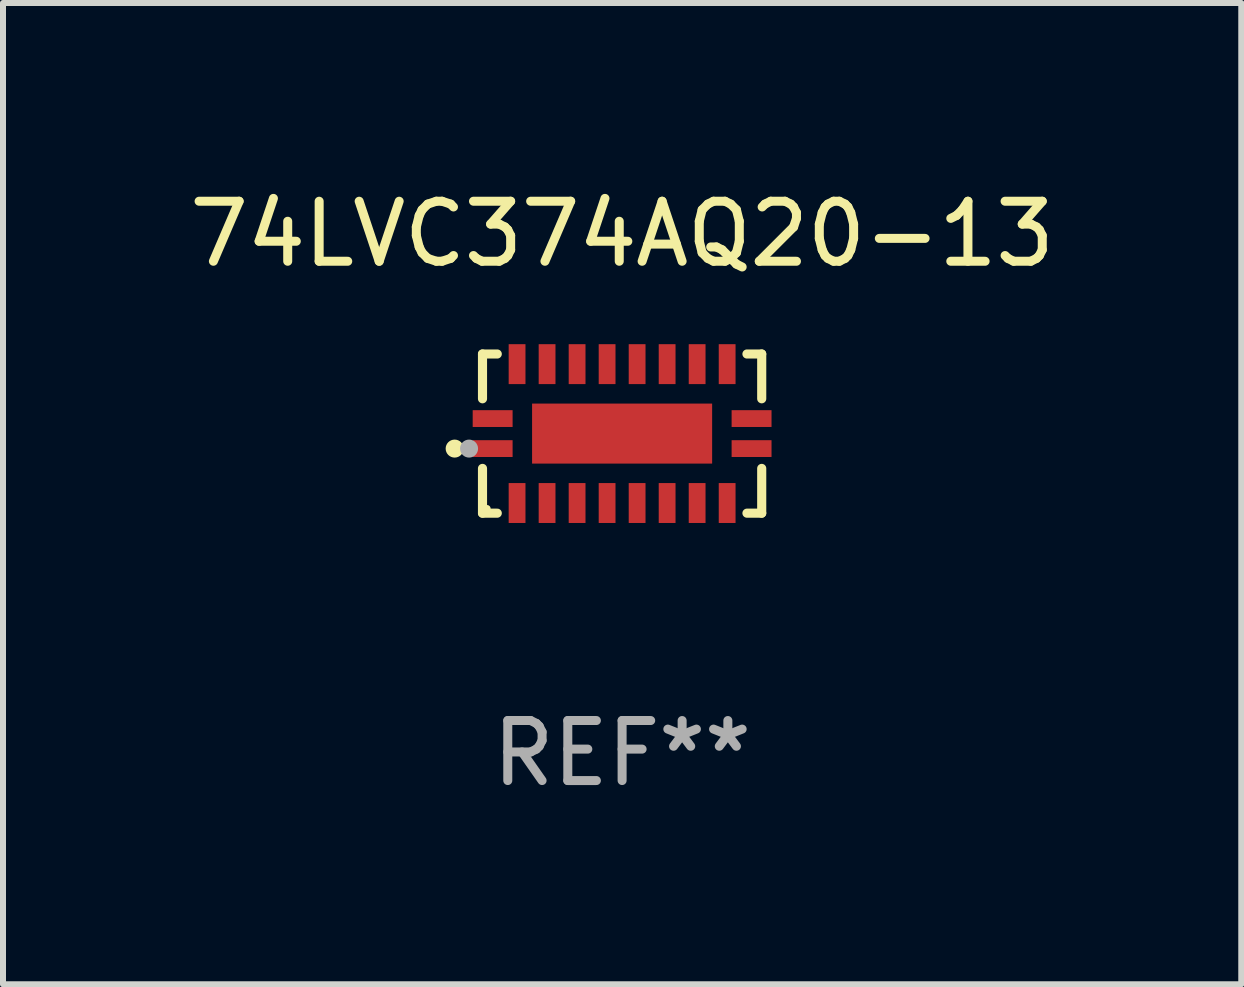
<source format=kicad_pcb>
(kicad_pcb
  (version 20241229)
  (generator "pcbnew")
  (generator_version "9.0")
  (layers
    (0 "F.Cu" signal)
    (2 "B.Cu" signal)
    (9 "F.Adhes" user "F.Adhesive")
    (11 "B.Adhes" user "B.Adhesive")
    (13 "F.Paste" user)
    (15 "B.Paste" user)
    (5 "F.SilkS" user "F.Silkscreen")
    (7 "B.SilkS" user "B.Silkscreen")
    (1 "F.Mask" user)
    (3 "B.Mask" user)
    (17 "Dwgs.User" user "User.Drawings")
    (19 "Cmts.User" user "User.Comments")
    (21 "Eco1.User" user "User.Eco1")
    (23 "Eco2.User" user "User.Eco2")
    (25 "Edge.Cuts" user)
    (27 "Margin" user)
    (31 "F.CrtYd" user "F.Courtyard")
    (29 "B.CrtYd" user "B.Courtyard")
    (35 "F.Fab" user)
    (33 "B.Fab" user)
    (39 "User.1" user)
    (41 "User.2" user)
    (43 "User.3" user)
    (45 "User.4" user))
  (footprint "74LVC374AQ20-13"
    (layer "F.Cu")
    (at 7.315 4.174)
    (property "Reference" "74LVC374AQ20-13" (at 0 -3.326 0) (layer "F.SilkS") (effects (font (size 1 1) (thickness 0.15))))
    (attr through_hole)
    (fp_line (start -2.326 -1.326) (end -2.08 -1.326) (stroke (width 0.152) (type solid)) (layer "F.SilkS"))
    (fp_line (start -2.326 -0.58) (end -2.326 -1.326) (stroke (width 0.152) (type solid)) (layer "F.SilkS"))
    (fp_line (start -2.326 0.58) (end -2.326 1.326) (stroke (width 0.152) (type solid)) (layer "F.SilkS"))
    (fp_line (start -2.326 1.326) (end -2.08 1.326) (stroke (width 0.152) (type solid)) (layer "F.SilkS"))
    (fp_line (start 2.326 -1.326) (end 2.08 -1.326) (stroke (width 0.152) (type solid)) (layer "F.SilkS"))
    (fp_line (start 2.326 -0.58) (end 2.326 -1.326) (stroke (width 0.152) (type solid)) (layer "F.SilkS"))
    (fp_line (start 2.326 0.58) (end 2.326 1.326) (stroke (width 0.152) (type solid)) (layer "F.SilkS"))
    (fp_line (start 2.326 1.326) (end 2.08 1.326) (stroke (width 0.152) (type solid)) (layer "F.SilkS"))
    (fp_circle (center -2.79 0.25) (end -2.715 0.25) (stroke (width 0.15) (type solid)) (fill no) (layer "F.SilkS"))
    (fp_circle (center -2.25 1.25) (end -2.22 1.25) (stroke (width 0.06) (type solid)) (fill no) (layer "F.SilkS"))
    (fp_circle (center -2.55 0.25) (end -2.475 0.25) (stroke (width 0.15) (type solid)) (fill no) (layer "F.Fab"))
    (fp_text user "REF**" (at 0 5.326 0) (layer "F.Fab") (effects (font (size 1 1) (thickness 0.15))))
    (pad "1" smd rect (at -2.157 0.25) (size 0.665 0.28) (layers "F.Cu" "F.Mask" "F.Paste"))
    (pad "2" smd rect (at -1.75 1.157) (size 0.28 0.665) (layers "F.Cu" "F.Mask" "F.Paste"))
    (pad "3" smd rect (at -1.25 1.157) (size 0.28 0.665) (layers "F.Cu" "F.Mask" "F.Paste"))
    (pad "4" smd rect (at -0.75 1.157) (size 0.28 0.665) (layers "F.Cu" "F.Mask" "F.Paste"))
    (pad "5" smd rect (at -0.25 1.157) (size 0.28 0.665) (layers "F.Cu" "F.Mask" "F.Paste"))
    (pad "6" smd rect (at 0.25 1.157) (size 0.28 0.665) (layers "F.Cu" "F.Mask" "F.Paste"))
    (pad "7" smd rect (at 0.75 1.157) (size 0.28 0.665) (layers "F.Cu" "F.Mask" "F.Paste"))
    (pad "8" smd rect (at 1.25 1.157) (size 0.28 0.665) (layers "F.Cu" "F.Mask" "F.Paste"))
    (pad "9" smd rect (at 1.75 1.157) (size 0.28 0.665) (layers "F.Cu" "F.Mask" "F.Paste"))
    (pad "10" smd rect (at 2.157 0.25) (size 0.665 0.28) (layers "F.Cu" "F.Mask" "F.Paste"))
    (pad "11" smd rect (at 2.157 -0.25) (size 0.665 0.28) (layers "F.Cu" "F.Mask" "F.Paste"))
    (pad "12" smd rect (at 1.75 -1.157) (size 0.28 0.665) (layers "F.Cu" "F.Mask" "F.Paste"))
    (pad "13" smd rect (at 1.25 -1.157) (size 0.28 0.665) (layers "F.Cu" "F.Mask" "F.Paste"))
    (pad "14" smd rect (at 0.75 -1.157) (size 0.28 0.665) (layers "F.Cu" "F.Mask" "F.Paste"))
    (pad "15" smd rect (at 0.25 -1.157) (size 0.28 0.665) (layers "F.Cu" "F.Mask" "F.Paste"))
    (pad "16" smd rect (at -0.25 -1.157) (size 0.28 0.665) (layers "F.Cu" "F.Mask" "F.Paste"))
    (pad "17" smd rect (at -0.75 -1.157) (size 0.28 0.665) (layers "F.Cu" "F.Mask" "F.Paste"))
    (pad "18" smd rect (at -1.25 -1.157) (size 0.28 0.665) (layers "F.Cu" "F.Mask" "F.Paste"))
    (pad "19" smd rect (at -1.75 -1.157) (size 0.28 0.665) (layers "F.Cu" "F.Mask" "F.Paste"))
    (pad "20" smd rect (at -2.157 -0.25) (size 0.665 0.28) (layers "F.Cu" "F.Mask" "F.Paste"))
    (pad "21" smd rect (at 0 0) (size 3 1) (layers "F.Cu" "F.Mask" "F.Paste")))
  (gr_rect
    (start -3 -3)
    (end 17.631 13.349)
    (stroke (width 0.1) (type default))
    (fill no)
    (layer "Edge.Cuts")))
</source>
